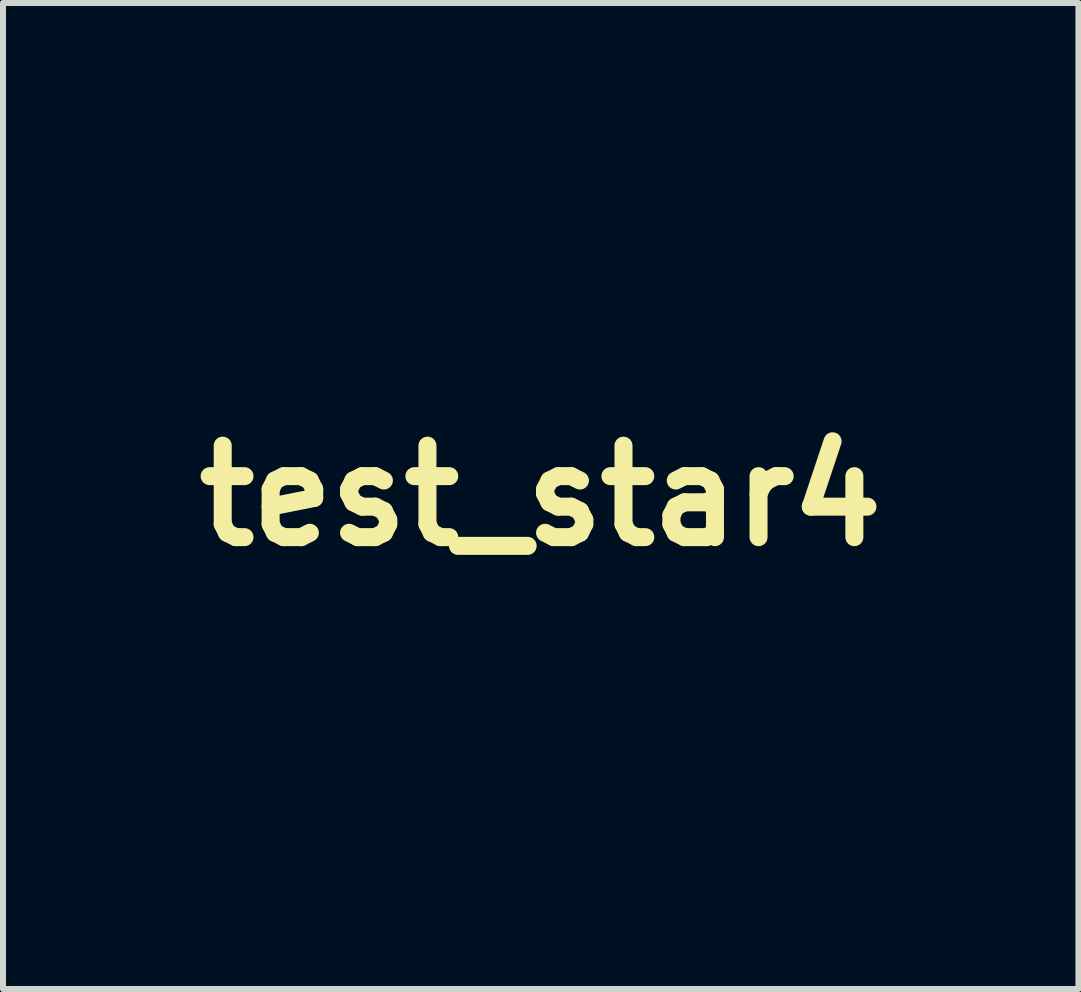
<source format=kicad_pcb>
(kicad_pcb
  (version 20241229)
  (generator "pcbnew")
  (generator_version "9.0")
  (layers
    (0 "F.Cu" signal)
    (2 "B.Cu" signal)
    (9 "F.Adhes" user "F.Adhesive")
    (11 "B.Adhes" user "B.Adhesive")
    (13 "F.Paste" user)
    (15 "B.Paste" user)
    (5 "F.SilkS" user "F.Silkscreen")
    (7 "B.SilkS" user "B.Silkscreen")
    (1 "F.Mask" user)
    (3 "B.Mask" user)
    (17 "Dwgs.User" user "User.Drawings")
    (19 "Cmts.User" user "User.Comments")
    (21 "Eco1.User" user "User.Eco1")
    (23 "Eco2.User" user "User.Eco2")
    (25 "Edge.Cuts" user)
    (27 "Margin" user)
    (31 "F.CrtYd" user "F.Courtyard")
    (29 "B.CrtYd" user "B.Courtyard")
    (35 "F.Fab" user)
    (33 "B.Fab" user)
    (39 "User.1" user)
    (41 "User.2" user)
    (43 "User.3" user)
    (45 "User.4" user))
  (footprint "test_star4"
    (layer "F.Cu")
    (at 5.958 5.209)
    (property "Reference" "test_star4" (at 0 0 0) (layer "F.SilkS") (effects (font (size 1.524 1.524) (thickness 0.3))))
    (attr through_hole)
    (fp_poly (pts (xy -0.001 -5.199) (xy 0.006 -5.186) (xy 0.017 -5.164) (xy 0.032 -5.134) (xy 0.051 -5.097) (xy 0.074 -5.051) (xy 0.1 -4.999) (xy 0.13 -4.939) (xy 0.163 -4.873) (xy 0.199 -4.801) (xy 0.237 -4.723) (xy 0.279 -4.639) (xy 0.323 -4.55) (xy 0.37 -4.456) (xy 0.419 -4.357) (xy 0.471 -4.253) (xy 0.524 -4.146) (xy 0.579 -4.035) (xy 0.636 -3.92) (xy 0.694 -3.802) (xy 0.754 -3.682) (xy 0.815 -3.559) (xy 0.846 -3.495) (xy 0.907 -3.371) (xy 0.968 -3.249) (xy 1.027 -3.129) (xy 1.085 -3.013) (xy 1.141 -2.9) (xy 1.195 -2.79) (xy 1.247 -2.685) (xy 1.298 -2.583) (xy 1.346 -2.487) (xy 1.391 -2.395) (xy 1.434 -2.308) (xy 1.475 -2.226) (xy 1.513 -2.151) (xy 1.547 -2.081) (xy 1.579 -2.018) (xy 1.607 -1.962) (xy 1.631 -1.913) (xy 1.652 -1.871) (xy 1.67 -1.837) (xy 1.683 -1.81) (xy 1.692 -1.793) (xy 1.697 -1.783) (xy 1.698 -1.782) (xy 1.703 -1.781) (xy 1.718 -1.779) (xy 1.743 -1.775) (xy 1.776 -1.77) (xy 1.819 -1.764) (xy 1.869 -1.756) (xy 1.927 -1.748) (xy 1.993 -1.738) (xy 2.067 -1.727) (xy 2.147 -1.716) (xy 2.233 -1.703) (xy 2.326 -1.689) (xy 2.425 -1.675) (xy 2.529 -1.66) (xy 2.638 -1.644) (xy 2.752 -1.628) (xy 2.871 -1.611) (xy 2.993 -1.593) (xy 3.12 -1.575) (xy 3.249 -1.556) (xy 3.382 -1.537) (xy 3.517 -1.517) (xy 3.559 -1.511) (xy 3.724 -1.487) (xy 3.879 -1.465) (xy 4.026 -1.444) (xy 4.162 -1.424) (xy 4.29 -1.406) (xy 4.41 -1.389) (xy 4.521 -1.372) (xy 4.624 -1.358) (xy 4.72 -1.344) (xy 4.808 -1.331) (xy 4.889 -1.319) (xy 4.963 -1.309) (xy 5.031 -1.299) (xy 5.093 -1.29) (xy 5.148 -1.282) (xy 5.198 -1.275) (xy 5.243 -1.268) (xy 5.283 -1.262) (xy 5.318 -1.257) (xy 5.348 -1.252) (xy 5.374 -1.249) (xy 5.397 -1.245) (xy 5.416 -1.242) (xy 5.432 -1.24) (xy 5.444 -1.238) (xy 5.455 -1.236) (xy 5.462 -1.235) (xy 5.468 -1.234) (xy 5.472 -1.233) (xy 5.475 -1.232) (xy 5.476 -1.231) (xy 5.476 -1.231) (xy 5.476 -1.231) (xy 5.476 -1.23) (xy 5.475 -1.23) (xy 5.475 -1.23) (xy 5.471 -1.226) (xy 5.461 -1.215) (xy 5.443 -1.198) (xy 5.419 -1.175) (xy 5.389 -1.145) (xy 5.353 -1.11) (xy 5.311 -1.068) (xy 5.264 -1.022) (xy 5.211 -0.971) (xy 5.153 -0.914) (xy 5.091 -0.853) (xy 5.024 -0.788) (xy 4.954 -0.719) (xy 4.879 -0.646) (xy 4.8 -0.569) (xy 4.718 -0.489) (xy 4.633 -0.406) (xy 4.545 -0.32) (xy 4.455 -0.232) (xy 4.362 -0.141) (xy 4.267 -0.048) (xy 4.171 0.045) (xy 4.073 0.141) (xy 3.977 0.234) (xy 3.883 0.326) (xy 3.791 0.416) (xy 3.701 0.504) (xy 3.614 0.589) (xy 3.53 0.671) (xy 3.449 0.75) (xy 3.371 0.826) (xy 3.298 0.898) (xy 3.228 0.966) (xy 3.163 1.029) (xy 3.102 1.089) (xy 3.046 1.144) (xy 2.995 1.193) (xy 2.949 1.238) (xy 2.91 1.277) (xy 2.876 1.31) (xy 2.848 1.337) (xy 2.827 1.358) (xy 2.812 1.372) (xy 2.805 1.379) (xy 2.743 1.44) (xy 3.066 3.312) (xy 3.089 3.449) (xy 3.112 3.583) (xy 3.135 3.714) (xy 3.157 3.841) (xy 3.178 3.966) (xy 3.199 4.086) (xy 3.219 4.202) (xy 3.238 4.314) (xy 3.257 4.42) (xy 3.274 4.521) (xy 3.291 4.617) (xy 3.306 4.707) (xy 3.32 4.79) (xy 3.334 4.866) (xy 3.346 4.936) (xy 3.356 4.998) (xy 3.366 5.052) (xy 3.374 5.098) (xy 3.38 5.136) (xy 3.385 5.165) (xy 3.389 5.184) (xy 3.391 5.195) (xy 3.391 5.196) (xy 3.391 5.205) (xy 3.387 5.206) (xy 3.382 5.204) (xy 3.368 5.197) (xy 3.346 5.185) (xy 3.316 5.17) (xy 3.278 5.15) (xy 3.233 5.126) (xy 3.181 5.099) (xy 3.122 5.068) (xy 3.056 5.034) (xy 2.984 4.996) (xy 2.906 4.955) (xy 2.823 4.912) (xy 2.734 4.865) (xy 2.641 4.816) (xy 2.543 4.765) (xy 2.441 4.711) (xy 2.334 4.656) (xy 2.224 4.598) (xy 2.111 4.538) (xy 1.994 4.477) (xy 1.875 4.415) (xy 1.753 4.351) (xy 1.693 4.319) (xy 0.005 3.434) (xy -0.021 3.447) (xy -0.028 3.451) (xy -0.043 3.459) (xy -0.066 3.471) (xy -0.098 3.487) (xy -0.137 3.508) (xy -0.184 3.532) (xy -0.237 3.561) (xy -0.298 3.592) (xy -0.364 3.628) (xy -0.437 3.666) (xy -0.516 3.707) (xy -0.6 3.752) (xy -0.69 3.799) (xy -0.784 3.848) (xy -0.883 3.9) (xy -0.986 3.955) (xy -1.092 4.011) (xy -1.203 4.069) (xy -1.316 4.129) (xy -1.433 4.19) (xy -1.552 4.253) (xy -1.673 4.317) (xy -1.711 4.336) (xy -1.832 4.401) (xy -1.952 4.463) (xy -2.069 4.525) (xy -2.182 4.585) (xy -2.293 4.643) (xy -2.4 4.7) (xy -2.503 4.754) (xy -2.603 4.806) (xy -2.697 4.856) (xy -2.787 4.903) (xy -2.872 4.948) (xy -2.951 4.989) (xy -3.024 5.028) (xy -3.092 5.063) (xy -3.153 5.095) (xy -3.207 5.124) (xy -3.254 5.149) (xy -3.294 5.17) (xy -3.327 5.187) (xy -3.351 5.199) (xy -3.367 5.208) (xy -3.375 5.212) (xy -3.376 5.212) (xy -3.378 5.208) (xy -3.378 5.204) (xy -3.377 5.199) (xy -3.375 5.184) (xy -3.371 5.159) (xy -3.365 5.126) (xy -3.358 5.084) (xy -3.35 5.033) (xy -3.34 4.975) (xy -3.329 4.909) (xy -3.316 4.836) (xy -3.303 4.756) (xy -3.288 4.669) (xy -3.272 4.577) (xy -3.255 4.478) (xy -3.238 4.374) (xy -3.219 4.265) (xy -3.2 4.151) (xy -3.179 4.033) (xy -3.159 3.91) (xy -3.137 3.784) (xy -3.115 3.654) (xy -3.092 3.522) (xy -3.069 3.386) (xy -3.058 3.322) (xy -3.035 3.185) (xy -3.012 3.051) (xy -2.99 2.92) (xy -2.968 2.793) (xy -2.947 2.668) (xy -2.926 2.548) (xy -2.906 2.432) (xy -2.887 2.321) (xy -2.869 2.215) (xy -2.852 2.114) (xy -2.836 2.019) (xy -2.821 1.93) (xy -2.807 1.847) (xy -2.794 1.771) (xy -2.782 1.702) (xy -2.771 1.64) (xy -2.762 1.587) (xy -2.754 1.541) (xy -2.748 1.504) (xy -2.743 1.475) (xy -2.74 1.456) (xy -2.738 1.446) (xy -2.738 1.445) (xy -2.742 1.442) (xy -2.752 1.431) (xy -2.77 1.414) (xy -2.794 1.391) (xy -2.824 1.361) (xy -2.86 1.326) (xy -2.902 1.285) (xy -2.95 1.238) (xy -3.003 1.187) (xy -3.06 1.131) (xy -3.123 1.07) (xy -3.19 1.004) (xy -3.261 0.935) (xy -3.337 0.861) (xy -3.416 0.784) (xy -3.499 0.704) (xy -3.585 0.62) (xy -3.674 0.534) (xy -3.765 0.444) (xy -3.859 0.353) (xy -3.956 0.259) (xy -4.054 0.163) (xy -4.108 0.111) (xy -4.23 -0.008) (xy -4.345 -0.12) (xy -4.454 -0.226) (xy -4.555 -0.325) (xy -4.65 -0.417) (xy -4.739 -0.504) (xy -4.822 -0.585) (xy -4.898 -0.659) (xy -4.969 -0.728) (xy -5.034 -0.792) (xy -5.094 -0.851) (xy -5.149 -0.904) (xy -5.198 -0.953) (xy -5.243 -0.997) (xy -5.283 -1.036) (xy -5.318 -1.071) (xy -5.349 -1.102) (xy -5.377 -1.129) (xy -5.4 -1.152) (xy -5.419 -1.172) (xy -5.435 -1.188) (xy -5.448 -1.201) (xy -5.457 -1.211) (xy -5.463 -1.218) (xy -5.467 -1.223) (xy -5.468 -1.225) (xy -5.468 -1.225) (xy -5.462 -1.226) (xy -5.447 -1.229) (xy -5.422 -1.232) (xy -5.388 -1.237) (xy -5.346 -1.244) (xy -5.295 -1.251) (xy -5.237 -1.26) (xy -5.17 -1.27) (xy -5.097 -1.281) (xy -5.017 -1.292) (xy -4.93 -1.305) (xy -4.837 -1.319) (xy -4.738 -1.334) (xy -4.633 -1.349) (xy -4.523 -1.365) (xy -4.409 -1.382) (xy -4.29 -1.399) (xy -4.167 -1.417) (xy -4.04 -1.436) (xy -3.91 -1.455) (xy -3.777 -1.474) (xy -3.641 -1.494) (xy -3.577 -1.503) (xy -3.44 -1.523) (xy -3.305 -1.543) (xy -3.174 -1.562) (xy -3.046 -1.581) (xy -2.921 -1.599) (xy -2.801 -1.617) (xy -2.684 -1.634) (xy -2.573 -1.65) (xy -2.466 -1.666) (xy -2.365 -1.68) (xy -2.269 -1.694) (xy -2.18 -1.708) (xy -2.097 -1.72) (xy -2.021 -1.731) (xy -1.951 -1.741) (xy -1.89 -1.75) (xy -1.836 -1.758) (xy -1.79 -1.765) (xy -1.752 -1.77) (xy -1.724 -1.775) (xy -1.705 -1.778) (xy -1.695 -1.779) (xy -1.694 -1.779) (xy -1.691 -1.784) (xy -1.685 -1.797) (xy -1.674 -1.819) (xy -1.659 -1.849) (xy -1.64 -1.887) (xy -1.618 -1.933) (xy -1.592 -1.985) (xy -1.563 -2.045) (xy -1.53 -2.111) (xy -1.494 -2.183) (xy -1.456 -2.262) (xy -1.414 -2.346) (xy -1.37 -2.435) (xy -1.324 -2.53) (xy -1.275 -2.629) (xy -1.224 -2.732) (xy -1.171 -2.84) (xy -1.116 -2.951) (xy -1.06 -3.066) (xy -1.001 -3.184) (xy -0.942 -3.305) (xy -0.881 -3.428) (xy -0.85 -3.492) (xy -0.789 -3.616) (xy -0.728 -3.738) (xy -0.67 -3.857) (xy -0.612 -3.974) (xy -0.556 -4.087) (xy -0.502 -4.197) (xy -0.45 -4.302) (xy -0.4 -4.404) (xy -0.352 -4.5) (xy -0.307 -4.592) (xy -0.264 -4.679) (xy -0.224 -4.76) (xy -0.186 -4.836) (xy -0.152 -4.905) (xy -0.121 -4.968) (xy -0.093 -5.025) (xy -0.069 -5.074) (xy -0.048 -5.115) (xy -0.031 -5.15) (xy -0.018 -5.176) (xy -0.009 -5.193) (xy -0.004 -5.202) (xy -0.003 -5.204) (xy -0.001 -5.199)) (stroke (width 0.01) (type solid)) (fill yes) (layer "F.Mask"))
    (zone (net_name "") (layer "F.Cu") (hatch edge 0.5) (connect_pads) (min_thickness 0.25) (filled_areas_thickness no) (keepout (tracks not_allowed) (vias not_allowed) (pads not_allowed) (copperpour allowed) (footprints not_allowed)) (placement (enabled no)) (fill) (polygon (pts (xy 5.958 0.001) (xy 5.959 0.003) (xy 5.962 0.007) (xy 5.962 0.007) (xy 5.969 0.02) (xy 5.969 0.02) (xy 5.98 0.042) (xy 5.98 0.042) (xy 5.995 0.072) (xy 5.995 0.072) (xy 6.014 0.11) (xy 6.014 0.11) (xy 6.037 0.155) (xy 6.037 0.155) (xy 6.063 0.208) (xy 6.063 0.208) (xy 6.092 0.267) (xy 6.092 0.267) (xy 6.125 0.333) (xy 6.125 0.333) (xy 6.161 0.405) (xy 6.161 0.405) (xy 6.2 0.483) (xy 6.2 0.483) (xy 6.242 0.567) (xy 6.242 0.567) (xy 6.286 0.657) (xy 6.286 0.657) (xy 6.333 0.751) (xy 6.333 0.751) (xy 6.382 0.85) (xy 6.382 0.85) (xy 6.433 0.953) (xy 6.433 0.953) (xy 6.486 1.061) (xy 6.542 1.172) (xy 6.542 1.172) (xy 6.598 1.286) (xy 6.598 1.286) (xy 6.657 1.404) (xy 6.716 1.525) (xy 6.716 1.525) (xy 6.777 1.648) (xy 6.809 1.711) (xy 6.87 1.836) (xy 6.87 1.836) (xy 6.93 1.958) (xy 6.99 2.077) (xy 7.047 2.193) (xy 7.047 2.193) (xy 7.103 2.306) (xy 7.158 2.416) (xy 7.158 2.416) (xy 7.21 2.522) (xy 7.26 2.623) (xy 7.308 2.72) (xy 7.308 2.72) (xy 7.354 2.812) (xy 7.354 2.812) (xy 7.397 2.899) (xy 7.397 2.899) (xy 7.438 2.98) (xy 7.438 2.98) (xy 7.475 3.056) (xy 7.51 3.125) (xy 7.541 3.188) (xy 7.569 3.245) (xy 7.594 3.294) (xy 7.594 3.294) (xy 7.615 3.336) (xy 7.632 3.37) (xy 7.632 3.37) (xy 7.646 3.396) (xy 7.655 3.414) (xy 7.659 3.422) (xy 7.662 3.423) (xy 7.677 3.425) (xy 7.677 3.425) (xy 7.702 3.429) (xy 7.702 3.429) (xy 7.735 3.434) (xy 7.735 3.434) (xy 7.778 3.44) (xy 7.778 3.44) (xy 7.828 3.447) (xy 7.828 3.447) (xy 7.886 3.456) (xy 7.886 3.456) (xy 7.952 3.466) (xy 7.952 3.466) (xy 8.026 3.476) (xy 8.026 3.476) (xy 8.106 3.488) (xy 8.106 3.488) (xy 8.192 3.501) (xy 8.192 3.501) (xy 8.285 3.514) (xy 8.285 3.514) (xy 8.384 3.529) (xy 8.384 3.529) (xy 8.488 3.544) (xy 8.597 3.56) (xy 8.597 3.56) (xy 8.711 3.576) (xy 8.711 3.576) (xy 8.83 3.593) (xy 8.83 3.593) (xy 8.952 3.611) (xy 8.952 3.611) (xy 9.078 3.629) (xy 9.208 3.648) (xy 9.208 3.648) (xy 9.341 3.667) (xy 9.476 3.687) (xy 9.476 3.687) (xy 9.517 3.693) (xy 9.683 3.716) (xy 9.838 3.739) (xy 9.984 3.76) (xy 10.121 3.78) (xy 10.249 3.798) (xy 10.369 3.815) (xy 10.369 3.815) (xy 10.48 3.831) (xy 10.583 3.846) (xy 10.679 3.86) (xy 10.679 3.86) (xy 10.767 3.873) (xy 10.848 3.884) (xy 10.848 3.884) (xy 10.922 3.895) (xy 10.922 3.895) (xy 10.99 3.905) (xy 10.99 3.905) (xy 11.051 3.914) (xy 11.051 3.914) (xy 11.107 3.922) (xy 11.107 3.922) (xy 11.157 3.929) (xy 11.157 3.929) (xy 11.202 3.936) (xy 11.202 3.936) (xy 11.241 3.942) (xy 11.241 3.942) (xy 11.276 3.947) (xy 11.276 3.947) (xy 11.307 3.951) (xy 11.307 3.951) (xy 11.333 3.955) (xy 11.333 3.955) (xy 11.356 3.959) (xy 11.356 3.959) (xy 11.375 3.962) (xy 11.375 3.962) (xy 11.391 3.964) (xy 11.391 3.964) (xy 11.403 3.966) (xy 11.403 3.966) (xy 11.414 3.968) (xy 11.414 3.968) (xy 11.421 3.969) (xy 11.421 3.969) (xy 11.427 3.97) (xy 11.427 3.97) (xy 11.431 3.971) (xy 11.432 3.971) (xy 11.434 3.972) (xy 11.435 3.972) (xy 11.436 3.973) (xy 11.438 3.974) (xy 11.438 3.974) (xy 11.439 3.978) (xy 11.439 3.98) (xy 11.439 3.98) (xy 11.437 3.982) (xy 11.437 3.982) (xy 11.437 3.982) (xy 11.437 3.982) (xy 11.433 3.986) (xy 11.433 3.986) (xy 11.422 3.997) (xy 11.422 3.997) (xy 11.405 4.014) (xy 11.405 4.014) (xy 11.381 4.038) (xy 11.381 4.038) (xy 11.351 4.067) (xy 11.351 4.067) (xy 11.315 4.103) (xy 11.315 4.103) (xy 11.273 4.144) (xy 11.273 4.144) (xy 11.225 4.19) (xy 11.225 4.19) (xy 11.173 4.242) (xy 11.173 4.242) (xy 11.115 4.298) (xy 11.115 4.298) (xy 11.053 4.359) (xy 11.053 4.359) (xy 10.986 4.424) (xy 10.986 4.424) (xy 10.915 4.493) (xy 10.84 4.566) (xy 10.84 4.566) (xy 10.762 4.643) (xy 10.68 4.723) (xy 10.68 4.723) (xy 10.595 4.806) (xy 10.507 4.892) (xy 10.507 4.892) (xy 10.416 4.98) (xy 10.324 5.071) (xy 10.324 5.071) (xy 10.228 5.164) (xy 10.132 5.258) (xy 10.035 5.353) (xy 9.939 5.447) (xy 9.845 5.539) (xy 9.752 5.628) (xy 9.752 5.628) (xy 9.663 5.716) (xy 9.576 5.801) (xy 9.492 5.883) (xy 9.411 5.962) (xy 9.333 6.038) (xy 9.333 6.038) (xy 9.259 6.11) (xy 9.19 6.178) (xy 9.124 6.242) (xy 9.124 6.242) (xy 9.063 6.301) (xy 9.007 6.356) (xy 8.957 6.406) (xy 8.957 6.406) (xy 8.911 6.45) (xy 8.911 6.45) (xy 8.871 6.489) (xy 8.871 6.489) (xy 8.837 6.522) (xy 8.81 6.549) (xy 8.81 6.549) (xy 8.788 6.57) (xy 8.774 6.584) (xy 8.767 6.591) (xy 8.707 6.651) (xy 9.029 8.52) (xy 9.052 8.656) (xy 9.075 8.79) (xy 9.098 8.921) (xy 9.12 9.049) (xy 9.141 9.174) (xy 9.162 9.294) (xy 9.182 9.41) (xy 9.201 9.522) (xy 9.22 9.628) (xy 9.237 9.729) (xy 9.254 9.825) (xy 9.269 9.914) (xy 9.284 9.998) (xy 9.297 10.074) (xy 9.309 10.143) (xy 9.32 10.205) (xy 9.329 10.26) (xy 9.329 10.26) (xy 9.337 10.306) (xy 9.343 10.344) (xy 9.349 10.372) (xy 9.352 10.392) (xy 9.354 10.402) (xy 9.354 10.402) (xy 9.354 10.404) (xy 9.354 10.404) (xy 9.355 10.413) (xy 9.353 10.417) (xy 9.351 10.418) (xy 9.346 10.42) (xy 9.343 10.419) (xy 9.338 10.417) (xy 9.338 10.417) (xy 9.324 10.41) (xy 9.324 10.41) (xy 9.302 10.398) (xy 9.302 10.398) (xy 9.272 10.383) (xy 9.272 10.383) (xy 9.234 10.363) (xy 9.234 10.363) (xy 9.189 10.339) (xy 9.189 10.339) (xy 9.137 10.312) (xy 9.137 10.312) (xy 9.077 10.281) (xy 9.077 10.281) (xy 9.012 10.247) (xy 9.012 10.247) (xy 8.94 10.209) (xy 8.94 10.209) (xy 8.862 10.168) (xy 8.779 10.125) (xy 8.779 10.125) (xy 8.69 10.078) (xy 8.597 10.03) (xy 8.597 10.03) (xy 8.499 9.978) (xy 8.396 9.924) (xy 8.396 9.924) (xy 8.29 9.869) (xy 8.29 9.869) (xy 8.18 9.811) (xy 8.067 9.752) (xy 7.95 9.69) (xy 7.95 9.69) (xy 7.831 9.628) (xy 7.709 9.564) (xy 7.709 9.564) (xy 7.648 9.532) (xy 5.964 8.648) (xy 5.939 8.66) (xy 5.933 8.664) (xy 5.933 8.664) (xy 5.918 8.672) (xy 5.918 8.672) (xy 5.894 8.684) (xy 5.894 8.684) (xy 5.863 8.7) (xy 5.863 8.7) (xy 5.823 8.721) (xy 5.823 8.721) (xy 5.777 8.746) (xy 5.777 8.746) (xy 5.723 8.774) (xy 5.663 8.806) (xy 5.596 8.841) (xy 5.596 8.841) (xy 5.523 8.879) (xy 5.444 8.921) (xy 5.444 8.921) (xy 5.36 8.965) (xy 5.271 9.012) (xy 5.177 9.062) (xy 5.078 9.113) (xy 5.078 9.113) (xy 4.975 9.168) (xy 4.868 9.224) (xy 4.758 9.282) (xy 4.644 9.342) (xy 4.528 9.403) (xy 4.409 9.466) (xy 4.287 9.53) (xy 4.25 9.55) (xy 4.128 9.614) (xy 4.009 9.677) (xy 3.892 9.738) (xy 3.892 9.738) (xy 3.778 9.798) (xy 3.667 9.856) (xy 3.56 9.913) (xy 3.56 9.913) (xy 3.457 9.967) (xy 3.358 10.019) (xy 3.358 10.019) (xy 3.263 10.069) (xy 3.174 10.116) (xy 3.089 10.161) (xy 3.089 10.161) (xy 3.01 10.202) (xy 3.01 10.202) (xy 2.936 10.241) (xy 2.936 10.241) (xy 2.869 10.276) (xy 2.808 10.308) (xy 2.808 10.308) (xy 2.754 10.337) (xy 2.754 10.337) (xy 2.706 10.362) (xy 2.706 10.362) (xy 2.666 10.383) (xy 2.666 10.383) (xy 2.634 10.4) (xy 2.634 10.4) (xy 2.609 10.413) (xy 2.609 10.413) (xy 2.593 10.421) (xy 2.593 10.421) (xy 2.585 10.425) (xy 2.585 10.425) (xy 2.585 10.425) (xy 2.581 10.425) (xy 2.578 10.423) (xy 2.576 10.419) (xy 2.575 10.417) (xy 2.575 10.413) (xy 2.575 10.412) (xy 2.576 10.407) (xy 2.576 10.407) (xy 2.578 10.391) (xy 2.578 10.391) (xy 2.582 10.367) (xy 2.582 10.367) (xy 2.588 10.333) (xy 2.588 10.333) (xy 2.595 10.291) (xy 2.595 10.291) (xy 2.604 10.241) (xy 2.604 10.241) (xy 2.614 10.183) (xy 2.614 10.183) (xy 2.625 10.117) (xy 2.637 10.044) (xy 2.637 10.044) (xy 2.651 9.964) (xy 2.651 9.964) (xy 2.665 9.877) (xy 2.681 9.785) (xy 2.698 9.686) (xy 2.698 9.686) (xy 2.716 9.582) (xy 2.734 9.473) (xy 2.754 9.359) (xy 2.754 9.359) (xy 2.774 9.241) (xy 2.795 9.118) (xy 2.816 8.992) (xy 2.816 8.992) (xy 2.838 8.862) (xy 2.861 8.73) (xy 2.884 8.594) (xy 2.895 8.529) (xy 2.918 8.393) (xy 2.941 8.259) (xy 2.964 8.128) (xy 2.985 8) (xy 3.007 7.876) (xy 3.027 7.756) (xy 3.047 7.64) (xy 3.066 7.529) (xy 3.084 7.423) (xy 3.101 7.322) (xy 3.117 7.227) (xy 3.133 7.138) (xy 3.147 7.055) (xy 3.16 6.979) (xy 3.171 6.91) (xy 3.182 6.848) (xy 3.191 6.795) (xy 3.199 6.749) (xy 3.205 6.712) (xy 3.21 6.683) (xy 3.213 6.664) (xy 3.215 6.656) (xy 3.213 6.654) (xy 3.202 6.643) (xy 3.185 6.626) (xy 3.161 6.603) (xy 3.131 6.573) (xy 3.095 6.538) (xy 3.053 6.497) (xy 3.053 6.497) (xy 3.005 6.451) (xy 3.005 6.451) (xy 2.952 6.399) (xy 2.894 6.343) (xy 2.894 6.343) (xy 2.832 6.282) (xy 2.765 6.217) (xy 2.765 6.217) (xy 2.693 6.147) (xy 2.618 6.074) (xy 2.618 6.074) (xy 2.539 5.997) (xy 2.456 5.916) (xy 2.37 5.832) (xy 2.37 5.832) (xy 2.281 5.746) (xy 2.189 5.657) (xy 2.095 5.565) (xy 2.095 5.565) (xy 1.999 5.471) (xy 1.9 5.375) (xy 1.847 5.323) (xy 1.725 5.204) (xy 1.725 5.204) (xy 1.609 5.092) (xy 1.609 5.092) (xy 1.501 4.986) (xy 1.501 4.986) (xy 1.399 4.887) (xy 1.399 4.887) (xy 1.304 4.795) (xy 1.304 4.795) (xy 1.216 4.708) (xy 1.216 4.708) (xy 1.133 4.628) (xy 1.133 4.628) (xy 1.056 4.553) (xy 1.056 4.553) (xy 0.986 4.484) (xy 0.986 4.484) (xy 0.92 4.42) (xy 0.92 4.42) (xy 0.861 4.362) (xy 0.861 4.362) (xy 0.806 4.308) (xy 0.806 4.308) (xy 0.756 4.26) (xy 0.756 4.26) (xy 0.712 4.216) (xy 0.712 4.216) (xy 0.672 4.176) (xy 0.672 4.176) (xy 0.636 4.141) (xy 0.636 4.141) (xy 0.605 4.11) (xy 0.605 4.11) (xy 0.578 4.083) (xy 0.578 4.083) (xy 0.555 4.06) (xy 0.555 4.06) (xy 0.535 4.04) (xy 0.535 4.04) (xy 0.52 4.024) (xy 0.52 4.024) (xy 0.507 4.011) (xy 0.507 4.011) (xy 0.498 4.001) (xy 0.497 4.001) (xy 0.491 3.994) (xy 0.491 3.993) (xy 0.487 3.989) (xy 0.487 3.988) (xy 0.486 3.986) (xy 0.486 3.982) (xy 0.487 3.98) (xy 0.487 3.98) (xy 0.49 3.979) (xy 0.495 3.978) (xy 0.495 3.978) (xy 0.511 3.975) (xy 0.511 3.975) (xy 0.535 3.971) (xy 0.535 3.971) (xy 0.569 3.966) (xy 0.569 3.966) (xy 0.612 3.96) (xy 0.612 3.96) (xy 0.662 3.952) (xy 0.662 3.952) (xy 0.721 3.944) (xy 0.721 3.944) (xy 0.787 3.934) (xy 0.787 3.934) (xy 0.86 3.923) (xy 0.86 3.923) (xy 0.941 3.911) (xy 0.941 3.911) (xy 1.028 3.898) (xy 1.121 3.885) (xy 1.121 3.885) (xy 1.22 3.87) (xy 1.22 3.87) (xy 1.324 3.855) (xy 1.434 3.839) (xy 1.434 3.839) (xy 1.548 3.822) (xy 1.667 3.805) (xy 1.667 3.805) (xy 1.79 3.787) (xy 1.917 3.768) (xy 1.917 3.768) (xy 2.047 3.749) (xy 2.18 3.73) (xy 2.18 3.73) (xy 2.316 3.71) (xy 2.381 3.7) (xy 2.518 3.68) (xy 2.652 3.661) (xy 2.783 3.642) (xy 2.783 3.642) (xy 2.912 3.623) (xy 3.036 3.605) (xy 3.157 3.587) (xy 3.273 3.57) (xy 3.273 3.57) (xy 3.385 3.554) (xy 3.491 3.538) (xy 3.593 3.523) (xy 3.593 3.523) (xy 3.688 3.509) (xy 3.778 3.496) (xy 3.861 3.484) (xy 3.861 3.484) (xy 3.937 3.473) (xy 4.006 3.463) (xy 4.006 3.463) (xy 4.068 3.454) (xy 4.068 3.454) (xy 4.122 3.446) (xy 4.122 3.446) (xy 4.168 3.439) (xy 4.168 3.439) (xy 4.205 3.433) (xy 4.205 3.433) (xy 4.233 3.429) (xy 4.253 3.426) (xy 4.261 3.425) (xy 4.262 3.423) (xy 4.269 3.409) (xy 4.28 3.387) (xy 4.295 3.357) (xy 4.295 3.357) (xy 4.313 3.319) (xy 4.336 3.274) (xy 4.362 3.221) (xy 4.391 3.162) (xy 4.391 3.162) (xy 4.424 3.096) (xy 4.459 3.023) (xy 4.498 2.945) (xy 4.539 2.861) (xy 4.583 2.771) (xy 4.63 2.677) (xy 4.679 2.578) (xy 4.73 2.474) (xy 4.783 2.367) (xy 4.838 2.255) (xy 4.894 2.141) (xy 4.952 2.023) (xy 5.012 1.902) (xy 5.072 1.779) (xy 5.072 1.779) (xy 5.104 1.715) (xy 5.104 1.715) (xy 5.165 1.59) (xy 5.165 1.59) (xy 5.225 1.468) (xy 5.284 1.349) (xy 5.284 1.349) (xy 5.341 1.233) (xy 5.341 1.233) (xy 5.397 1.119) (xy 5.451 1.01) (xy 5.451 1.01) (xy 5.503 0.904) (xy 5.503 0.904) (xy 5.553 0.803) (xy 5.553 0.803) (xy 5.601 0.706) (xy 5.601 0.706) (xy 5.647 0.614) (xy 5.647 0.614) (xy 5.69 0.527) (xy 5.69 0.527) (xy 5.73 0.446) (xy 5.73 0.446) (xy 5.767 0.37) (xy 5.767 0.37) (xy 5.802 0.301) (xy 5.802 0.301) (xy 5.833 0.238) (xy 5.833 0.238) (xy 5.861 0.182) (xy 5.861 0.182) (xy 5.885 0.133) (xy 5.885 0.133) (xy 5.906 0.091) (xy 5.906 0.091) (xy 5.923 0.057) (xy 5.923 0.057) (xy 5.936 0.031) (xy 5.936 0.031) (xy 5.945 0.013) (xy 5.945 0.013) (xy 5.95 0.004) (xy 5.95 0.004) (xy 5.951 0.002) (xy 5.954 0.00015)))))
  (gr_rect
    (start -3 -3)
    (end 14.916 13.426)
    (stroke (width 0.1) (type default))
    (fill no)
    (layer "Edge.Cuts")))
</source>
